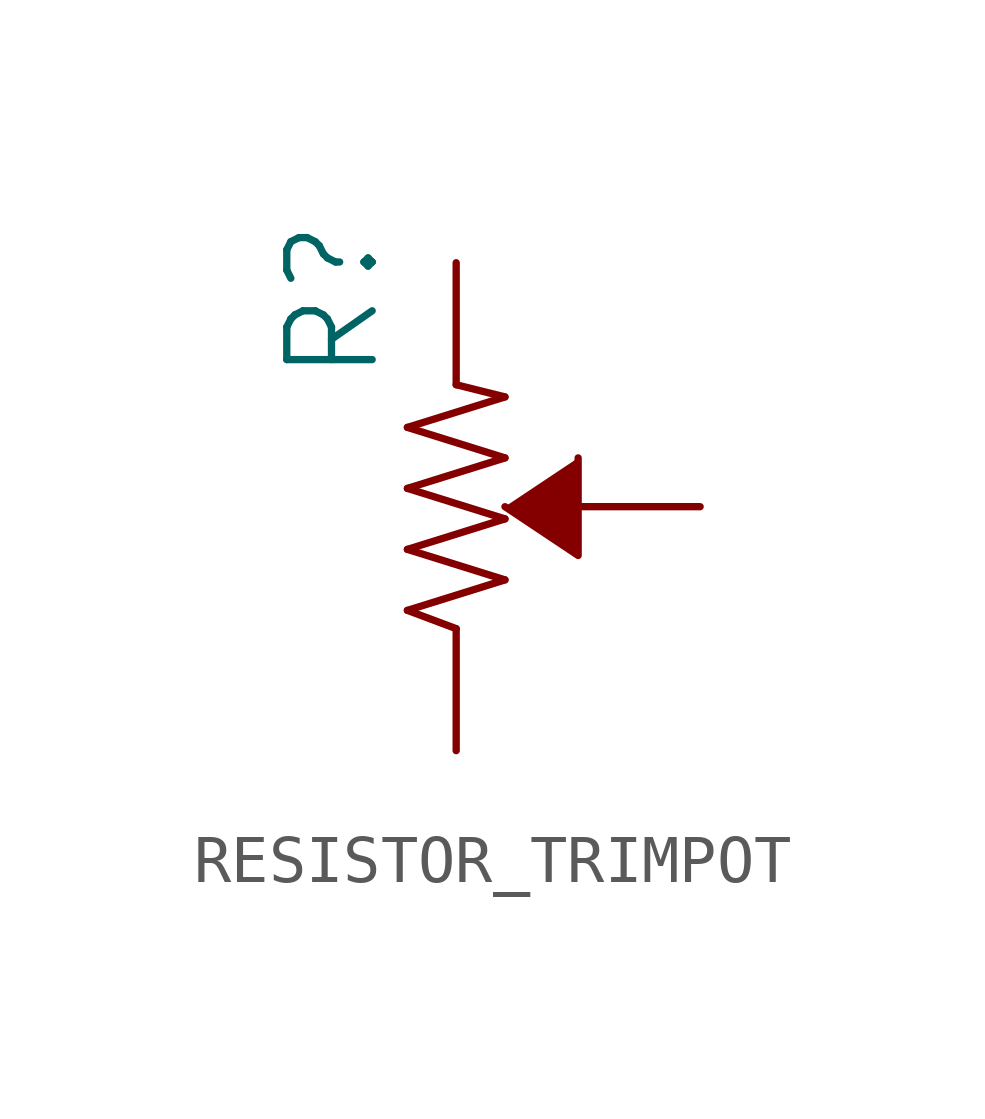
<source format=kicad_sym>
(kicad_symbol_lib
  (version 20220914)
  (generator kicad_symbol_editor)
  (symbol "RESISTOR_TRIMPOT"
    (property "Reference" "R"
      (at -1.524 2.54 90)
      (effects (font (size 1.778 1.778)) (justify left bottom)))
    (property "Value" ""
      (at 1.524 2.54 90)
      (effects (font (size 1.778 1.778)) (justify left top)))
    (property "ki_locked" ""
      (at 0 0 0)
      (effects (font (size 1.27 1.27))))
    (symbol "RESISTOR_TRIMPOT_1_0"
      (polyline (pts (xy -1.016 -2.159) (xy 1.016 -1.524)) (stroke (width 0.152) (type solid)) (fill (type none)))
      (polyline (pts (xy -1.016 -0.889) (xy 1.016 -0.254)) (stroke (width 0.152) (type solid)) (fill (type none)))
      (polyline (pts (xy -1.016 0.381) (xy 1.016 1.016)) (stroke (width 0.152) (type solid)) (fill (type none)))
      (polyline (pts (xy -1.016 1.651) (xy 1.016 2.286)) (stroke (width 0.152) (type solid)) (fill (type none)))
      (polyline (pts (xy 0 -2.54) (xy -1.016 -2.159)) (stroke (width 0.152) (type solid)) (fill (type none)))
      (polyline (pts (xy 1.016 -1.524) (xy -1.016 -0.889)) (stroke (width 0.152) (type solid)) (fill (type none)))
      (polyline (pts (xy 1.016 -0.254) (xy -1.016 0.381)) (stroke (width 0.152) (type solid)) (fill (type none)))
      (polyline (pts (xy 1.016 1.016) (xy -1.016 1.651)) (stroke (width 0.152) (type solid)) (fill (type none)))
      (polyline (pts (xy 1.016 2.286) (xy 0 2.54)) (stroke (width 0.152) (type solid)) (fill (type none)))
      (polyline (pts (xy 1.016 0) (xy 2.54 -1.016) (xy 2.54 1.016)) (stroke (width 0.152) (type solid)) (fill (type outline)))
      (pin passive line (at 0 5.08 270) (length 2.54) (name "CCW" (effects (font (size 0 0)))) (number "1" (effects (font (size 0 0)))))
      (pin passive line (at 5.08 0 180) (length 2.54) (name "WIPER" (effects (font (size 0 0)))) (number "2" (effects (font (size 0 0)))))
      (pin passive line (at 0 -5.08 90) (length 2.54) (name "CW" (effects (font (size 0 0)))) (number "3" (effects (font (size 0 0))))))))
</source>
